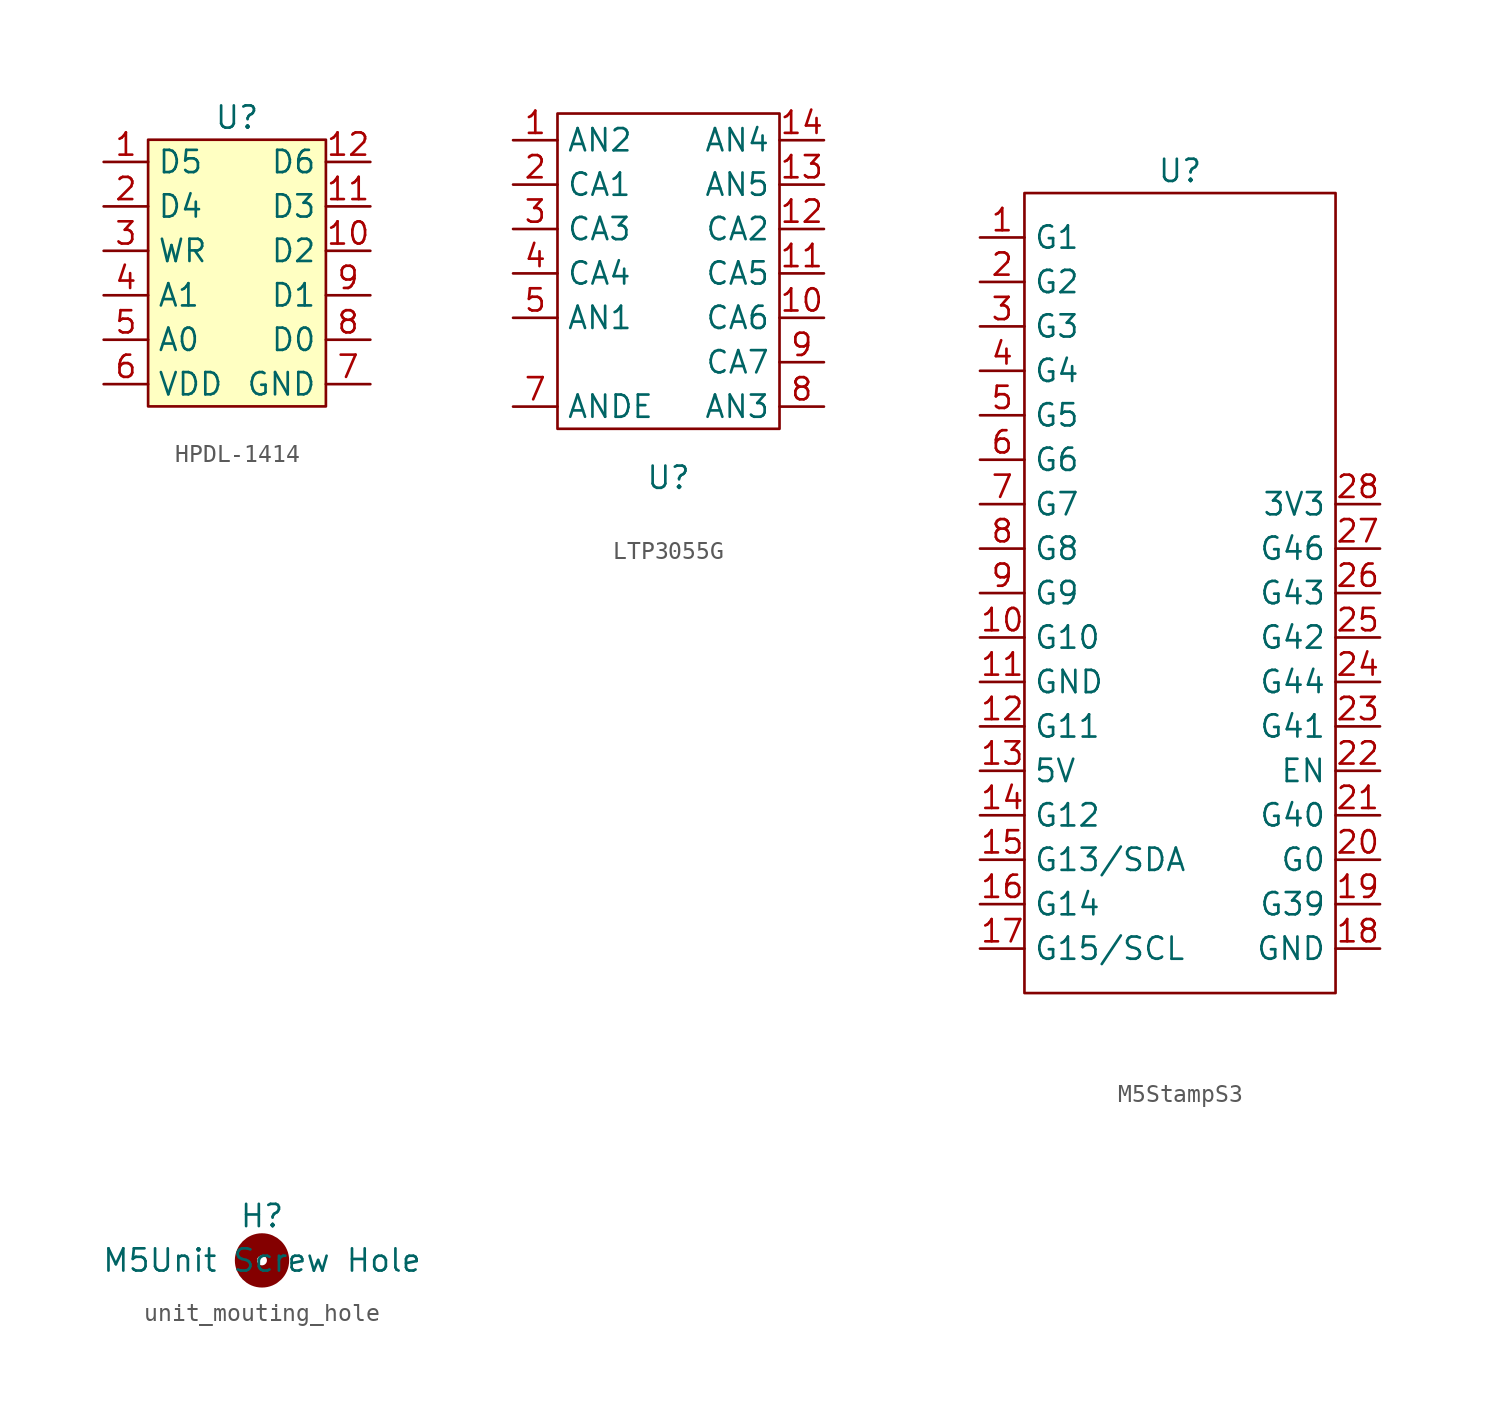
<source format=kicad_sym>
(kicad_symbol_lib
  (version 20231120)
  (generator "kicad_symbol_editor")
  (generator_version "8.0")
  (symbol "HPDL-1414"
    (property "Reference" "U"
      (at 0 1.27 0)
      (effects (font (size 1.27 1.27))))
    (property "Value" ""
      (at 0 0 0)
      (effects (font (size 1.27 1.27))))
    (symbol "HPDL-1414_1_1"
      (rectangle (start -5.08 0) (end 5.08 -15.24) (stroke (width 0) (type default)) (fill (type background)))
      (pin input line (at -7.62 -1.27 0) (length 2.54) (name "D5" (effects (font (size 1.27 1.27)))) (number "1" (effects (font (size 1.27 1.27)))))
      (pin input line (at 7.62 -6.35 180) (length 2.54) (name "D2" (effects (font (size 1.27 1.27)))) (number "10" (effects (font (size 1.27 1.27)))))
      (pin input line (at 7.62 -3.81 180) (length 2.54) (name "D3" (effects (font (size 1.27 1.27)))) (number "11" (effects (font (size 1.27 1.27)))))
      (pin input line (at 7.62 -1.27 180) (length 2.54) (name "D6" (effects (font (size 1.27 1.27)))) (number "12" (effects (font (size 1.27 1.27)))))
      (pin input line (at -7.62 -3.81 0) (length 2.54) (name "D4" (effects (font (size 1.27 1.27)))) (number "2" (effects (font (size 1.27 1.27)))))
      (pin input line (at -7.62 -6.35 0) (length 2.54) (name "WR" (effects (font (size 1.27 1.27)))) (number "3" (effects (font (size 1.27 1.27)))))
      (pin input line (at -7.62 -8.89 0) (length 2.54) (name "A1" (effects (font (size 1.27 1.27)))) (number "4" (effects (font (size 1.27 1.27)))))
      (pin input line (at -7.62 -11.43 0) (length 2.54) (name "A0" (effects (font (size 1.27 1.27)))) (number "5" (effects (font (size 1.27 1.27)))))
      (pin power_in line (at -7.62 -13.97 0) (length 2.54) (name "VDD" (effects (font (size 1.27 1.27)))) (number "6" (effects (font (size 1.27 1.27)))))
      (pin power_in line (at 7.62 -13.97 180) (length 2.54) (name "GND" (effects (font (size 1.27 1.27)))) (number "7" (effects (font (size 1.27 1.27)))))
      (pin input line (at 7.62 -11.43 180) (length 2.54) (name "D0" (effects (font (size 1.27 1.27)))) (number "8" (effects (font (size 1.27 1.27)))))
      (pin input line (at 7.62 -8.89 180) (length 2.54) (name "D1" (effects (font (size 1.27 1.27)))) (number "9" (effects (font (size 1.27 1.27)))))))
  (symbol "LTP3055G"
    (property "Reference" "U"
      (at 0 -2.794 0)
      (effects (font (size 1.27 1.27))))
    (property "Value" ""
      (at 0 0 0)
      (effects (font (size 1.27 1.27))))
    (symbol "LTP3055G_0_1"
      (rectangle (start -6.35 18.034) (end 6.35 0) (stroke (width 0) (type default)) (fill (type none))))
    (symbol "LTP3055G_1_1"
      (pin input line (at -8.89 16.51 0) (length 2.54) (name "AN2" (effects (font (size 1.27 1.27)))) (number "1" (effects (font (size 1.27 1.27)))))
      (pin input line (at 8.89 6.35 180) (length 2.54) (name "CA6" (effects (font (size 1.27 1.27)))) (number "10" (effects (font (size 1.27 1.27)))))
      (pin input line (at 8.89 8.89 180) (length 2.54) (name "CA5" (effects (font (size 1.27 1.27)))) (number "11" (effects (font (size 1.27 1.27)))))
      (pin input line (at 8.89 11.43 180) (length 2.54) (name "CA2" (effects (font (size 1.27 1.27)))) (number "12" (effects (font (size 1.27 1.27)))))
      (pin input line (at 8.89 13.97 180) (length 2.54) (name "AN5" (effects (font (size 1.27 1.27)))) (number "13" (effects (font (size 1.27 1.27)))))
      (pin input line (at 8.89 16.51 180) (length 2.54) (name "AN4" (effects (font (size 1.27 1.27)))) (number "14" (effects (font (size 1.27 1.27)))))
      (pin input line (at -8.89 13.97 0) (length 2.54) (name "CA1" (effects (font (size 1.27 1.27)))) (number "2" (effects (font (size 1.27 1.27)))))
      (pin input line (at -8.89 11.43 0) (length 2.54) (name "CA3" (effects (font (size 1.27 1.27)))) (number "3" (effects (font (size 1.27 1.27)))))
      (pin input line (at -8.89 8.89 0) (length 2.54) (name "CA4" (effects (font (size 1.27 1.27)))) (number "4" (effects (font (size 1.27 1.27)))))
      (pin input line (at -8.89 6.35 0) (length 2.54) (name "AN1" (effects (font (size 1.27 1.27)))) (number "5" (effects (font (size 1.27 1.27)))))
      (pin input line (at -8.89 1.27 0) (length 2.54) (name "ANDE" (effects (font (size 1.27 1.27)))) (number "7" (effects (font (size 1.27 1.27)))))
      (pin input line (at 8.89 1.27 180) (length 2.54) (name "AN3" (effects (font (size 1.27 1.27)))) (number "8" (effects (font (size 1.27 1.27)))))
      (pin input line (at 8.89 3.81 180) (length 2.54) (name "CA7" (effects (font (size 1.27 1.27)))) (number "9" (effects (font (size 1.27 1.27)))))))
  (symbol "M5StampS3"
    (property "Reference" "U"
      (at 0 1.27 0)
      (effects (font (size 1.27 1.27))))
    (property "Value" ""
      (at 0 -5.08 0)
      (effects (font (size 1.27 1.27))))
    (symbol "M5StampS3_0_1"
      (rectangle (start -8.89 0) (end 8.89 -45.72) (stroke (width 0) (type default)) (fill (type none))))
    (symbol "M5StampS3_1_1"
      (pin bidirectional line (at -11.43 -2.54 0) (length 2.54) (name "G1" (effects (font (size 1.27 1.27)))) (number "1" (effects (font (size 1.27 1.27)))))
      (pin bidirectional line (at -11.43 -25.4 0) (length 2.54) (name "G10" (effects (font (size 1.27 1.27)))) (number "10" (effects (font (size 1.27 1.27)))))
      (pin power_in line (at -11.43 -27.94 0) (length 2.54) (name "GND" (effects (font (size 1.27 1.27)))) (number "11" (effects (font (size 1.27 1.27)))))
      (pin bidirectional line (at -11.43 -30.48 0) (length 2.54) (name "G11" (effects (font (size 1.27 1.27)))) (number "12" (effects (font (size 1.27 1.27)))))
      (pin power_in line (at -11.43 -33.02 0) (length 2.54) (name "5V" (effects (font (size 1.27 1.27)))) (number "13" (effects (font (size 1.27 1.27)))))
      (pin bidirectional line (at -11.43 -35.56 0) (length 2.54) (name "G12" (effects (font (size 1.27 1.27)))) (number "14" (effects (font (size 1.27 1.27)))))
      (pin bidirectional line (at -11.43 -38.1 0) (length 2.54) (name "G13/SDA" (effects (font (size 1.27 1.27)))) (number "15" (effects (font (size 1.27 1.27)))))
      (pin bidirectional line (at -11.43 -40.64 0) (length 2.54) (name "G14" (effects (font (size 1.27 1.27)))) (number "16" (effects (font (size 1.27 1.27)))))
      (pin bidirectional line (at -11.43 -43.18 0) (length 2.54) (name "G15/SCL" (effects (font (size 1.27 1.27)))) (number "17" (effects (font (size 1.27 1.27)))))
      (pin power_in line (at 11.43 -43.18 180) (length 2.54) (name "GND" (effects (font (size 1.27 1.27)))) (number "18" (effects (font (size 1.27 1.27)))))
      (pin bidirectional line (at 11.43 -40.64 180) (length 2.54) (name "G39" (effects (font (size 1.27 1.27)))) (number "19" (effects (font (size 1.27 1.27)))))
      (pin bidirectional line (at -11.43 -5.08 0) (length 2.54) (name "G2" (effects (font (size 1.27 1.27)))) (number "2" (effects (font (size 1.27 1.27)))))
      (pin bidirectional line (at 11.43 -38.1 180) (length 2.54) (name "G0" (effects (font (size 1.27 1.27)))) (number "20" (effects (font (size 1.27 1.27)))))
      (pin bidirectional line (at 11.43 -35.56 180) (length 2.54) (name "G40" (effects (font (size 1.27 1.27)))) (number "21" (effects (font (size 1.27 1.27)))))
      (pin bidirectional line (at 11.43 -33.02 180) (length 2.54) (name "EN" (effects (font (size 1.27 1.27)))) (number "22" (effects (font (size 1.27 1.27)))))
      (pin bidirectional line (at 11.43 -30.48 180) (length 2.54) (name "G41" (effects (font (size 1.27 1.27)))) (number "23" (effects (font (size 1.27 1.27)))))
      (pin bidirectional line (at 11.43 -27.94 180) (length 2.54) (name "G44" (effects (font (size 1.27 1.27)))) (number "24" (effects (font (size 1.27 1.27)))))
      (pin bidirectional line (at 11.43 -25.4 180) (length 2.54) (name "G42" (effects (font (size 1.27 1.27)))) (number "25" (effects (font (size 1.27 1.27)))))
      (pin bidirectional line (at 11.43 -22.86 180) (length 2.54) (name "G43" (effects (font (size 1.27 1.27)))) (number "26" (effects (font (size 1.27 1.27)))))
      (pin bidirectional line (at 11.43 -20.32 180) (length 2.54) (name "G46" (effects (font (size 1.27 1.27)))) (number "27" (effects (font (size 1.27 1.27)))))
      (pin power_in line (at 11.43 -17.78 180) (length 2.54) (name "3V3" (effects (font (size 1.27 1.27)))) (number "28" (effects (font (size 1.27 1.27)))))
      (pin bidirectional line (at -11.43 -7.62 0) (length 2.54) (name "G3" (effects (font (size 1.27 1.27)))) (number "3" (effects (font (size 1.27 1.27)))))
      (pin bidirectional line (at -11.43 -10.16 0) (length 2.54) (name "G4" (effects (font (size 1.27 1.27)))) (number "4" (effects (font (size 1.27 1.27)))))
      (pin bidirectional line (at -11.43 -12.7 0) (length 2.54) (name "G5" (effects (font (size 1.27 1.27)))) (number "5" (effects (font (size 1.27 1.27)))))
      (pin bidirectional line (at -11.43 -15.24 0) (length 2.54) (name "G6" (effects (font (size 1.27 1.27)))) (number "6" (effects (font (size 1.27 1.27)))))
      (pin bidirectional line (at -11.43 -17.78 0) (length 2.54) (name "G7" (effects (font (size 1.27 1.27)))) (number "7" (effects (font (size 1.27 1.27)))))
      (pin bidirectional line (at -11.43 -20.32 0) (length 2.54) (name "G8" (effects (font (size 1.27 1.27)))) (number "8" (effects (font (size 1.27 1.27)))))
      (pin bidirectional line (at -11.43 -22.86 0) (length 2.54) (name "G9" (effects (font (size 1.27 1.27)))) (number "9" (effects (font (size 1.27 1.27)))))))
  (symbol "unit_mouting_hole"
    (property "Reference" "H"
      (at 0 2.54 0)
      (effects (font (size 1.27 1.27))))
    (property "Value" "M5Unit Screw Hole"
      (at 0 0 0)
      (effects (font (size 1.27 1.27))))
    (symbol "unit_mouting_hole_1_1"
      (circle (center 0 0) (radius 0.916) (stroke (width 1.27) (type default)) (fill (type none))))))
</source>
